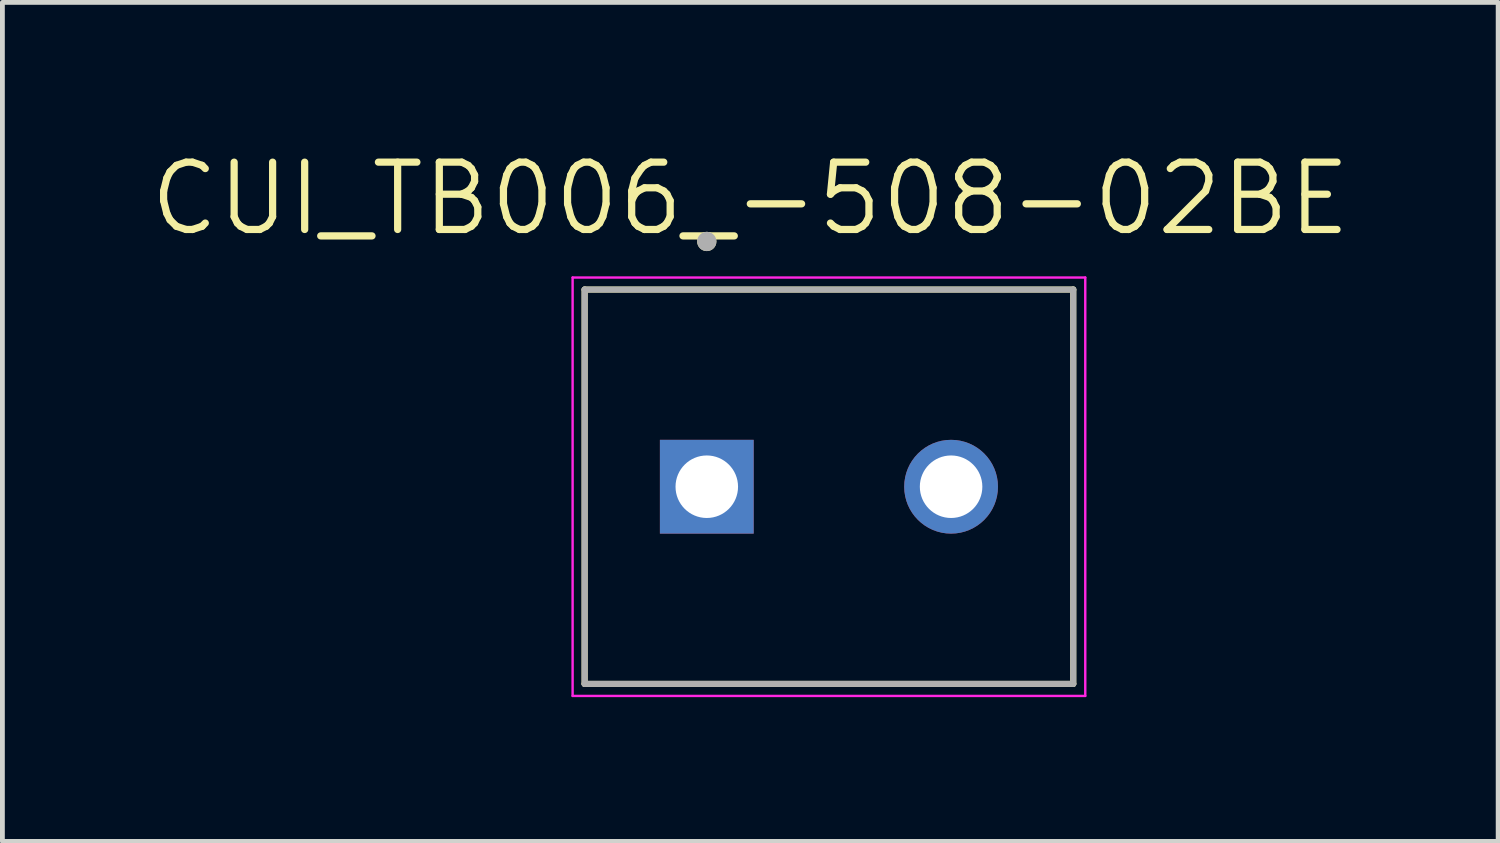
<source format=kicad_pcb>
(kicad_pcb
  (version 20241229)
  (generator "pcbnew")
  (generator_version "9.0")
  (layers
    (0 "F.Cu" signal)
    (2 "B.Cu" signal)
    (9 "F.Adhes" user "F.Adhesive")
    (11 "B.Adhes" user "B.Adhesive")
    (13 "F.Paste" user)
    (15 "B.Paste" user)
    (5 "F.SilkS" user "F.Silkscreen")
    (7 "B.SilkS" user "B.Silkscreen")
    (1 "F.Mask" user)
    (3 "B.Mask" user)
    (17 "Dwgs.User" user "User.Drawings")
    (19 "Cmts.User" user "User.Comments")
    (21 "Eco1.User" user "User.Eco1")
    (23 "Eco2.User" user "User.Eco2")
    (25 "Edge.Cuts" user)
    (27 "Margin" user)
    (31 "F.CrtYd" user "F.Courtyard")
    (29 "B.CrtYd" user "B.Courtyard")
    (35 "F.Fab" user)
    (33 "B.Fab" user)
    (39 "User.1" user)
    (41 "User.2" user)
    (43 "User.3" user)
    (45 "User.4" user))
  (footprint "CUI_TB006_-508-02BE"
    (layer "F.Cu")
    (at 11.647 7.071)
    (property "Reference" "CUI_TB006_-508-02BE" (at 0.905 -5.989 0) (layer "F.SilkS") (effects (font (size 1.4 1.4) (thickness 0.15))))
    (attr through_hole)
    (fp_line (start -2.54 -4.1) (end 7.62 -4.1) (stroke (width 0.127) (type solid)) (layer "F.SilkS"))
    (fp_line (start -2.54 4.1) (end -2.54 -4.1) (stroke (width 0.127) (type solid)) (layer "F.SilkS"))
    (fp_line (start 7.62 -4.1) (end 7.62 4.1) (stroke (width 0.127) (type solid)) (layer "F.SilkS"))
    (fp_line (start 7.62 4.1) (end -2.54 4.1) (stroke (width 0.127) (type solid)) (layer "F.SilkS"))
    (fp_circle (center 0 -5.1) (end 0.1 -5.1) (stroke (width 0.2) (type solid)) (fill no) (layer "F.SilkS"))
    (fp_line (start -2.79 -4.35) (end 7.87 -4.35) (stroke (width 0.05) (type solid)) (layer "F.CrtYd"))
    (fp_line (start -2.79 4.35) (end -2.79 -4.35) (stroke (width 0.05) (type solid)) (layer "F.CrtYd"))
    (fp_line (start 7.87 -4.35) (end 7.87 4.35) (stroke (width 0.05) (type solid)) (layer "F.CrtYd"))
    (fp_line (start 7.87 4.35) (end -2.79 4.35) (stroke (width 0.05) (type solid)) (layer "F.CrtYd"))
    (fp_line (start -2.54 -4.1) (end 7.62 -4.1) (stroke (width 0.127) (type solid)) (layer "F.Fab"))
    (fp_line (start -2.54 4.1) (end -2.54 -4.1) (stroke (width 0.127) (type solid)) (layer "F.Fab"))
    (fp_line (start 7.62 -4.1) (end 7.62 4.1) (stroke (width 0.127) (type solid)) (layer "F.Fab"))
    (fp_line (start 7.62 4.1) (end -2.54 4.1) (stroke (width 0.127) (type solid)) (layer "F.Fab"))
    (fp_circle (center 0 -5.1) (end 0.1 -5.1) (stroke (width 0.2) (type solid)) (fill no) (layer "F.Fab"))
    (pad "1" thru_hole rect (at 0 0) (size 1.95 1.95) (drill 1.3) (layers "*.Cu" "*.Mask"))
    (pad "2" thru_hole circle (at 5.08 0) (size 1.95 1.95) (drill 1.3) (layers "*.Cu" "*.Mask")))
  (gr_rect
    (start -3 -3)
    (end 28.103 14.446)
    (stroke (width 0.1) (type default))
    (fill no)
    (layer "Edge.Cuts")))
</source>
